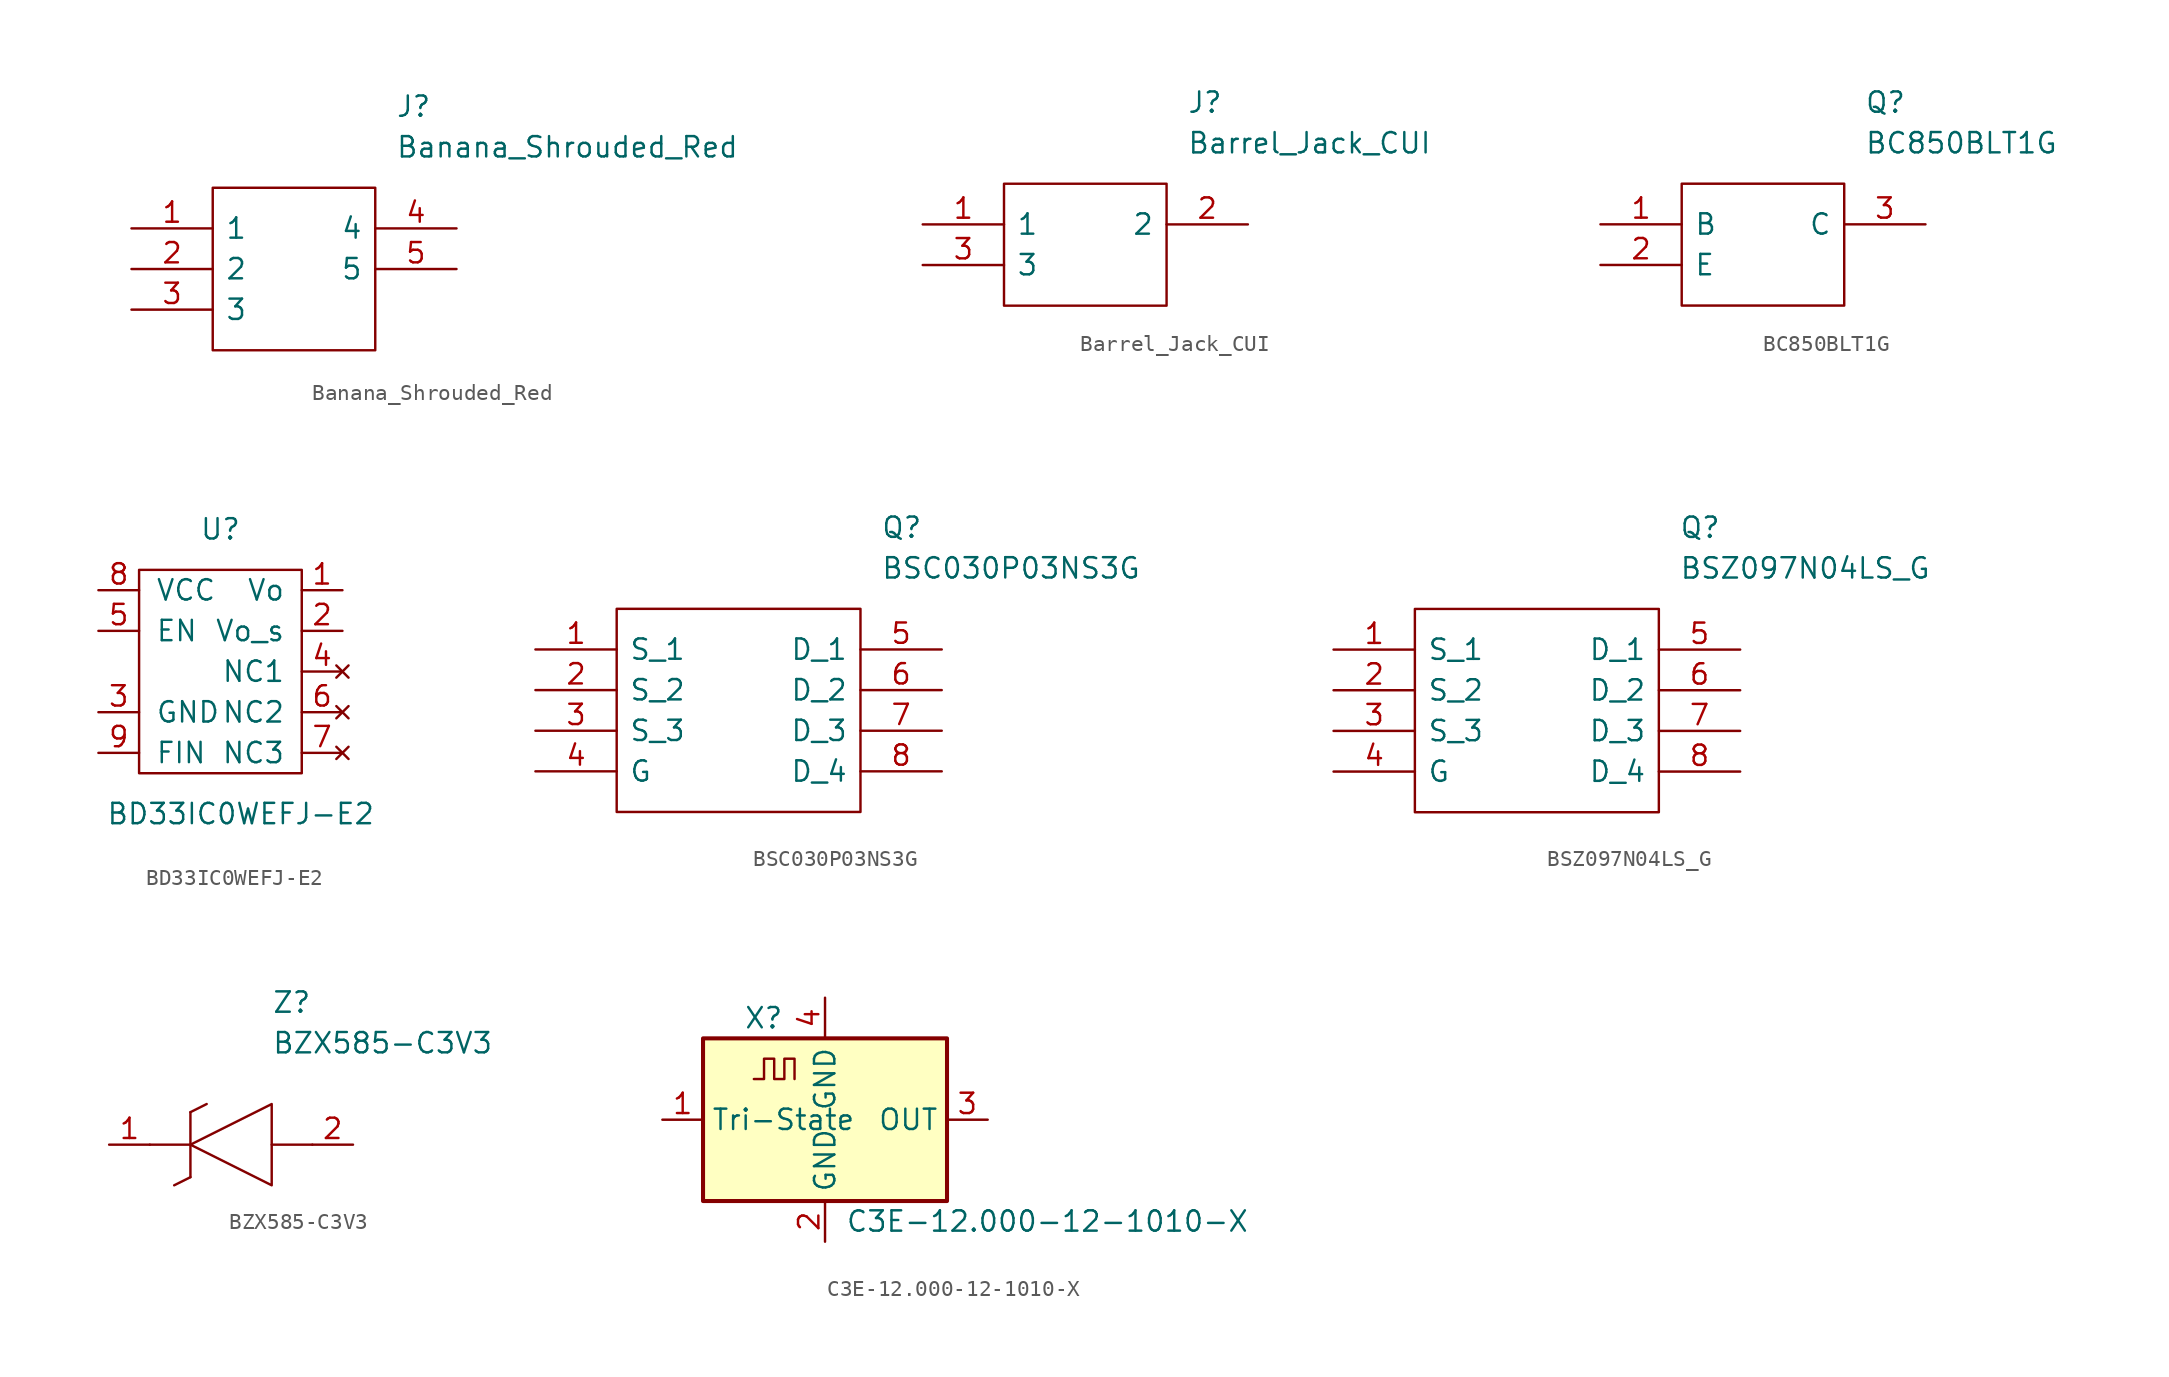
<source format=kicad_sym>
(kicad_symbol_lib
  (version 20220914)
  (generator kicad_symbol_editor)
  (symbol "Banana_Shrouded_Red"
    (pin_names
      (offset 0.762))
    (property "Reference" "J"
      (at 16.51 7.62 0)
      (effects (font (size 1.27 1.27)) (justify left)))
    (property "Value" "Banana_Shrouded_Red"
      (at 16.51 5.08 0)
      (effects (font (size 1.27 1.27)) (justify left)))
    (symbol "Banana_Shrouded_Red_0_0"
      (pin unspecified line (at 0 0 0) (length 5.08) (name "1" (effects (font (size 1.27 1.27)))) (number "1" (effects (font (size 1.27 1.27)))))
      (pin unspecified line (at 0 -2.54 0) (length 5.08) (name "2" (effects (font (size 1.27 1.27)))) (number "2" (effects (font (size 1.27 1.27)))))
      (pin unspecified line (at 0 -5.08 0) (length 5.08) (name "3" (effects (font (size 1.27 1.27)))) (number "3" (effects (font (size 1.27 1.27)))))
      (pin unspecified line (at 20.32 0 180) (length 5.08) (name "4" (effects (font (size 1.27 1.27)))) (number "4" (effects (font (size 1.27 1.27)))))
      (pin unspecified line (at 20.32 -2.54 180) (length 5.08) (name "5" (effects (font (size 1.27 1.27)))) (number "5" (effects (font (size 1.27 1.27))))))
    (symbol "Banana_Shrouded_Red_0_1"
      (polyline (pts (xy 5.08 2.54) (xy 15.24 2.54) (xy 15.24 -7.62) (xy 5.08 -7.62) (xy 5.08 2.54)) (stroke (width 0.152) (type default)) (fill (type none)))))
  (symbol "Barrel_Jack_CUI"
    (pin_names
      (offset 0.762))
    (property "Reference" "J"
      (at 16.51 7.62 0)
      (effects (font (size 1.27 1.27)) (justify left)))
    (property "Value" "Barrel_Jack_CUI"
      (at 16.51 5.08 0)
      (effects (font (size 1.27 1.27)) (justify left)))
    (symbol "Barrel_Jack_CUI_0_0"
      (pin bidirectional line (at 0 0 0) (length 5.08) (name "1" (effects (font (size 1.27 1.27)))) (number "1" (effects (font (size 1.27 1.27)))))
      (pin output line (at 20.32 0 180) (length 5.08) (name "2" (effects (font (size 1.27 1.27)))) (number "2" (effects (font (size 1.27 1.27)))))
      (pin bidirectional line (at 0 -2.54 0) (length 5.08) (name "3" (effects (font (size 1.27 1.27)))) (number "3" (effects (font (size 1.27 1.27))))))
    (symbol "Barrel_Jack_CUI_0_1"
      (polyline (pts (xy 5.08 2.54) (xy 15.24 2.54) (xy 15.24 -5.08) (xy 5.08 -5.08) (xy 5.08 2.54)) (stroke (width 0.152) (type default)) (fill (type none)))))
  (symbol "BC850BLT1G"
    (pin_names
      (offset 0.762))
    (property "Reference" "Q"
      (at 16.51 7.62 0)
      (effects (font (size 1.27 1.27)) (justify left)))
    (property "Value" "BC850BLT1G"
      (at 16.51 5.08 0)
      (effects (font (size 1.27 1.27)) (justify left)))
    (symbol "BC850BLT1G_0_0"
      (pin bidirectional line (at 0 0 0) (length 5.08) (name "B" (effects (font (size 1.27 1.27)))) (number "1" (effects (font (size 1.27 1.27)))))
      (pin bidirectional line (at 0 -2.54 0) (length 5.08) (name "E" (effects (font (size 1.27 1.27)))) (number "2" (effects (font (size 1.27 1.27)))))
      (pin bidirectional line (at 20.32 0 180) (length 5.08) (name "C" (effects (font (size 1.27 1.27)))) (number "3" (effects (font (size 1.27 1.27))))))
    (symbol "BC850BLT1G_0_1"
      (polyline (pts (xy 5.08 2.54) (xy 15.24 2.54) (xy 15.24 -5.08) (xy 5.08 -5.08) (xy 5.08 2.54)) (stroke (width 0.152) (type default)) (fill (type none)))))
  (symbol "BD33IC0WEFJ-E2"
    (pin_names
      (offset 1.016))
    (property "Reference" "U"
      (at 0 8.89 0)
      (effects (font (size 1.27 1.27))))
    (property "Value" "BD33IC0WEFJ-E2"
      (at 1.27 -8.89 0)
      (effects (font (size 1.27 1.27))))
    (symbol "BD33IC0WEFJ-E2_0_1"
      (rectangle (start -5.08 6.35) (end 5.08 -6.35) (stroke (width 0) (type default)) (fill (type none))))
    (symbol "BD33IC0WEFJ-E2_1_1"
      (pin power_in line (at 7.62 5.08 180) (length 2.54) (name "Vo" (effects (font (size 1.27 1.27)))) (number "1" (effects (font (size 1.27 1.27)))))
      (pin power_in line (at 7.62 2.54 180) (length 2.54) (name "Vo_s" (effects (font (size 1.27 1.27)))) (number "2" (effects (font (size 1.27 1.27)))))
      (pin power_in line (at -7.62 -2.54 0) (length 2.54) (name "GND" (effects (font (size 1.27 1.27)))) (number "3" (effects (font (size 1.27 1.27)))))
      (pin no_connect line (at 7.62 0 180) (length 2.54) (name "NC1" (effects (font (size 1.27 1.27)))) (number "4" (effects (font (size 1.27 1.27)))))
      (pin power_in line (at -7.62 2.54 0) (length 2.54) (name "EN" (effects (font (size 1.27 1.27)))) (number "5" (effects (font (size 1.27 1.27)))))
      (pin no_connect line (at 7.62 -2.54 180) (length 2.54) (name "NC2" (effects (font (size 1.27 1.27)))) (number "6" (effects (font (size 1.27 1.27)))))
      (pin no_connect line (at 7.62 -5.08 180) (length 2.54) (name "NC3" (effects (font (size 1.27 1.27)))) (number "7" (effects (font (size 1.27 1.27)))))
      (pin power_in line (at -7.62 5.08 0) (length 2.54) (name "VCC" (effects (font (size 1.27 1.27)))) (number "8" (effects (font (size 1.27 1.27)))))
      (pin power_in line (at -7.62 -5.08 0) (length 2.54) (name "FIN" (effects (font (size 1.27 1.27)))) (number "9" (effects (font (size 1.27 1.27)))))))
  (symbol "BSC030P03NS3G"
    (pin_names
      (offset 0.762))
    (property "Reference" "Q"
      (at 21.59 7.62 0)
      (effects (font (size 1.27 1.27)) (justify left)))
    (property "Value" "BSC030P03NS3G"
      (at 21.59 5.08 0)
      (effects (font (size 1.27 1.27)) (justify left)))
    (symbol "BSC030P03NS3G_0_0"
      (pin unspecified line (at 0 0 0) (length 5.08) (name "S_1" (effects (font (size 1.27 1.27)))) (number "1" (effects (font (size 1.27 1.27)))))
      (pin unspecified line (at 0 -2.54 0) (length 5.08) (name "S_2" (effects (font (size 1.27 1.27)))) (number "2" (effects (font (size 1.27 1.27)))))
      (pin unspecified line (at 0 -5.08 0) (length 5.08) (name "S_3" (effects (font (size 1.27 1.27)))) (number "3" (effects (font (size 1.27 1.27)))))
      (pin unspecified line (at 0 -7.62 0) (length 5.08) (name "G" (effects (font (size 1.27 1.27)))) (number "4" (effects (font (size 1.27 1.27)))))
      (pin unspecified line (at 25.4 0 180) (length 5.08) (name "D_1" (effects (font (size 1.27 1.27)))) (number "5" (effects (font (size 1.27 1.27)))))
      (pin unspecified line (at 25.4 -2.54 180) (length 5.08) (name "D_2" (effects (font (size 1.27 1.27)))) (number "6" (effects (font (size 1.27 1.27)))))
      (pin unspecified line (at 25.4 -5.08 180) (length 5.08) (name "D_3" (effects (font (size 1.27 1.27)))) (number "7" (effects (font (size 1.27 1.27)))))
      (pin unspecified line (at 25.4 -7.62 180) (length 5.08) (name "D_4" (effects (font (size 1.27 1.27)))) (number "8" (effects (font (size 1.27 1.27))))))
    (symbol "BSC030P03NS3G_0_1"
      (polyline (pts (xy 5.08 2.54) (xy 20.32 2.54) (xy 20.32 -10.16) (xy 5.08 -10.16) (xy 5.08 2.54)) (stroke (width 0.152) (type default)) (fill (type none)))))
  (symbol "BSZ097N04LS_G"
    (pin_names
      (offset 0.762))
    (property "Reference" "Q"
      (at 21.59 7.62 0)
      (effects (font (size 1.27 1.27)) (justify left)))
    (property "Value" "BSZ097N04LS_G"
      (at 21.59 5.08 0)
      (effects (font (size 1.27 1.27)) (justify left)))
    (symbol "BSZ097N04LS_G_0_0"
      (pin unspecified line (at 0 0 0) (length 5.08) (name "S_1" (effects (font (size 1.27 1.27)))) (number "1" (effects (font (size 1.27 1.27)))))
      (pin unspecified line (at 0 -2.54 0) (length 5.08) (name "S_2" (effects (font (size 1.27 1.27)))) (number "2" (effects (font (size 1.27 1.27)))))
      (pin unspecified line (at 0 -5.08 0) (length 5.08) (name "S_3" (effects (font (size 1.27 1.27)))) (number "3" (effects (font (size 1.27 1.27)))))
      (pin unspecified line (at 0 -7.62 0) (length 5.08) (name "G" (effects (font (size 1.27 1.27)))) (number "4" (effects (font (size 1.27 1.27)))))
      (pin unspecified line (at 25.4 0 180) (length 5.08) (name "D_1" (effects (font (size 1.27 1.27)))) (number "5" (effects (font (size 1.27 1.27)))))
      (pin unspecified line (at 25.4 -2.54 180) (length 5.08) (name "D_2" (effects (font (size 1.27 1.27)))) (number "6" (effects (font (size 1.27 1.27)))))
      (pin unspecified line (at 25.4 -5.08 180) (length 5.08) (name "D_3" (effects (font (size 1.27 1.27)))) (number "7" (effects (font (size 1.27 1.27)))))
      (pin unspecified line (at 25.4 -7.62 180) (length 5.08) (name "D_4" (effects (font (size 1.27 1.27)))) (number "8" (effects (font (size 1.27 1.27))))))
    (symbol "BSZ097N04LS_G_0_1"
      (polyline (pts (xy 5.08 2.54) (xy 20.32 2.54) (xy 20.32 -10.16) (xy 5.08 -10.16) (xy 5.08 2.54)) (stroke (width 0.152) (type default)) (fill (type none)))))
  (symbol "BZX585-C3V3"
    (pin_names
      (offset 0.762))
    (property "Reference" "Z"
      (at 10.16 8.89 0)
      (effects (font (size 1.27 1.27)) (justify left)))
    (property "Value" "BZX585-C3V3"
      (at 10.16 6.35 0)
      (effects (font (size 1.27 1.27)) (justify left)))
    (symbol "BZX585-C3V3_0_0"
      (pin unspecified line (at 0 0 0) (length 2.54) (name "~" (effects (font (size 1.27 1.27)))) (number "1" (effects (font (size 1.27 1.27)))))
      (pin unspecified line (at 15.24 0 180) (length 2.54) (name "~" (effects (font (size 1.27 1.27)))) (number "2" (effects (font (size 1.27 1.27))))))
    (symbol "BZX585-C3V3_0_1"
      (polyline (pts (xy 2.54 0) (xy 5.08 0)) (stroke (width 0.152) (type default)) (fill (type none)))
      (polyline (pts (xy 4.064 -2.54) (xy 5.08 -2.032)) (stroke (width 0.152) (type default)) (fill (type none)))
      (polyline (pts (xy 5.08 2.032) (xy 5.08 -2.032)) (stroke (width 0.152) (type default)) (fill (type none)))
      (polyline (pts (xy 5.08 2.032) (xy 6.096 2.54)) (stroke (width 0.152) (type default)) (fill (type none)))
      (polyline (pts (xy 12.7 0) (xy 10.16 0)) (stroke (width 0.152) (type default)) (fill (type none)))
      (polyline (pts (xy 5.08 0) (xy 10.16 2.54) (xy 10.16 -2.54) (xy 5.08 0)) (stroke (width 0.152) (type default)) (fill (type none)))))
  (symbol "C3E-12.000-12-1010-X"
    (property "Reference" "X"
      (at -5.08 6.35 0)
      (effects (font (size 1.27 1.27)) (justify left)))
    (property "Value" "C3E-12.000-12-1010-X"
      (at 1.27 -6.35 0)
      (effects (font (size 1.27 1.27)) (justify left)))
    (symbol "C3E-12.000-12-1010-X_0_1"
      (rectangle (start -7.62 5.08) (end 7.62 -5.08) (stroke (width 0.254) (type default)) (fill (type background)))
      (polyline (pts (xy -4.445 2.54) (xy -3.81 2.54) (xy -3.81 3.81) (xy -3.175 3.81) (xy -3.175 2.54) (xy -2.54 2.54) (xy -2.54 3.81) (xy -1.905 3.81) (xy -1.905 2.54)) (stroke (width 0) (type default)) (fill (type none))))
    (symbol "C3E-12.000-12-1010-X_1_1"
      (pin input line (at -10.16 0 0) (length 2.54) (name "Tri-State" (effects (font (size 1.27 1.27)))) (number "1" (effects (font (size 1.27 1.27)))))
      (pin power_in line (at 0 -7.62 90) (length 2.54) (name "GND" (effects (font (size 1.27 1.27)))) (number "2" (effects (font (size 1.27 1.27)))))
      (pin output line (at 10.16 0 180) (length 2.54) (name "OUT" (effects (font (size 1.27 1.27)))) (number "3" (effects (font (size 1.27 1.27)))))
      (pin input line (at 0 7.62 270) (length 2.54) (name "GND" (effects (font (size 1.27 1.27)))) (number "4" (effects (font (size 1.27 1.27))))))))
</source>
